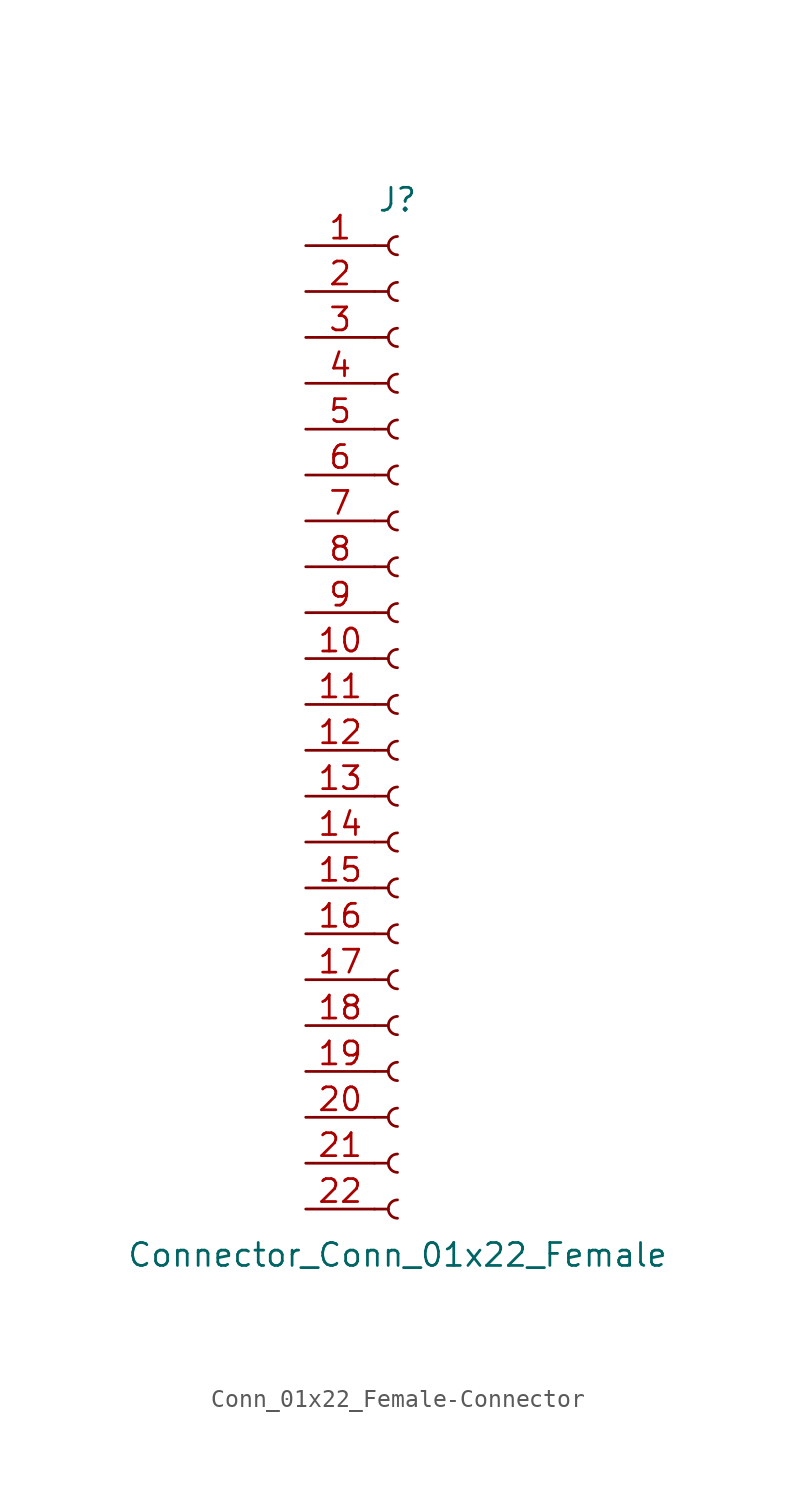
<source format=kicad_sym>
(kicad_symbol_lib
  (version 20231120)
  (generator "kicad_symbol_editor")
  (generator_version "8.0")
  (symbol "Conn_01x22_Female-Connector"
    (pin_names
      (offset 1.016) hide)
    (property "Reference" "J"
      (at 0 27.94 0)
      (effects (font (size 1.27 1.27))))
    (property "Value" "Connector_Conn_01x22_Female"
      (at 0 -30.48 0)
      (effects (font (size 1.27 1.27))))
    (symbol "Conn_01x22_Female-Connector_1_1"
      (arc (start 0 -27.432) (mid -0.5058 -27.94) (end 0 -28.448) (stroke (width 0.1524) (type solid)) (fill (type none)))
      (arc (start 0 -24.892) (mid -0.5058 -25.4) (end 0 -25.908) (stroke (width 0.1524) (type solid)) (fill (type none)))
      (arc (start 0 -22.352) (mid -0.5058 -22.86) (end 0 -23.368) (stroke (width 0.1524) (type solid)) (fill (type none)))
      (arc (start 0 -19.812) (mid -0.5058 -20.32) (end 0 -20.828) (stroke (width 0.1524) (type solid)) (fill (type none)))
      (arc (start 0 -17.272) (mid -0.5058 -17.78) (end 0 -18.288) (stroke (width 0.1524) (type solid)) (fill (type none)))
      (arc (start 0 -14.732) (mid -0.5058 -15.24) (end 0 -15.748) (stroke (width 0.1524) (type solid)) (fill (type none)))
      (arc (start 0 -12.192) (mid -0.5058 -12.7) (end 0 -13.208) (stroke (width 0.1524) (type solid)) (fill (type none)))
      (arc (start 0 -9.652) (mid -0.5058 -10.16) (end 0 -10.668) (stroke (width 0.1524) (type solid)) (fill (type none)))
      (arc (start 0 -7.112) (mid -0.5058 -7.62) (end 0 -8.128) (stroke (width 0.1524) (type solid)) (fill (type none)))
      (arc (start 0 -4.572) (mid -0.5058 -5.08) (end 0 -5.588) (stroke (width 0.1524) (type solid)) (fill (type none)))
      (arc (start 0 -2.032) (mid -0.5058 -2.54) (end 0 -3.048) (stroke (width 0.1524) (type solid)) (fill (type none)))
      (polyline (pts (xy -1.27 -27.94) (xy -0.508 -27.94)) (stroke (width 0.152) (type solid)) (fill (type none)))
      (polyline (pts (xy -1.27 -25.4) (xy -0.508 -25.4)) (stroke (width 0.152) (type solid)) (fill (type none)))
      (polyline (pts (xy -1.27 -22.86) (xy -0.508 -22.86)) (stroke (width 0.152) (type solid)) (fill (type none)))
      (polyline (pts (xy -1.27 -20.32) (xy -0.508 -20.32)) (stroke (width 0.152) (type solid)) (fill (type none)))
      (polyline (pts (xy -1.27 -17.78) (xy -0.508 -17.78)) (stroke (width 0.152) (type solid)) (fill (type none)))
      (polyline (pts (xy -1.27 -15.24) (xy -0.508 -15.24)) (stroke (width 0.152) (type solid)) (fill (type none)))
      (polyline (pts (xy -1.27 -12.7) (xy -0.508 -12.7)) (stroke (width 0.152) (type solid)) (fill (type none)))
      (polyline (pts (xy -1.27 -10.16) (xy -0.508 -10.16)) (stroke (width 0.152) (type solid)) (fill (type none)))
      (polyline (pts (xy -1.27 -7.62) (xy -0.508 -7.62)) (stroke (width 0.152) (type solid)) (fill (type none)))
      (polyline (pts (xy -1.27 -5.08) (xy -0.508 -5.08)) (stroke (width 0.152) (type solid)) (fill (type none)))
      (polyline (pts (xy -1.27 -2.54) (xy -0.508 -2.54)) (stroke (width 0.152) (type solid)) (fill (type none)))
      (polyline (pts (xy -1.27 0) (xy -0.508 0)) (stroke (width 0.152) (type solid)) (fill (type none)))
      (polyline (pts (xy -1.27 2.54) (xy -0.508 2.54)) (stroke (width 0.152) (type solid)) (fill (type none)))
      (polyline (pts (xy -1.27 5.08) (xy -0.508 5.08)) (stroke (width 0.152) (type solid)) (fill (type none)))
      (polyline (pts (xy -1.27 7.62) (xy -0.508 7.62)) (stroke (width 0.152) (type solid)) (fill (type none)))
      (polyline (pts (xy -1.27 10.16) (xy -0.508 10.16)) (stroke (width 0.152) (type solid)) (fill (type none)))
      (polyline (pts (xy -1.27 12.7) (xy -0.508 12.7)) (stroke (width 0.152) (type solid)) (fill (type none)))
      (polyline (pts (xy -1.27 15.24) (xy -0.508 15.24)) (stroke (width 0.152) (type solid)) (fill (type none)))
      (polyline (pts (xy -1.27 17.78) (xy -0.508 17.78)) (stroke (width 0.152) (type solid)) (fill (type none)))
      (polyline (pts (xy -1.27 20.32) (xy -0.508 20.32)) (stroke (width 0.152) (type solid)) (fill (type none)))
      (polyline (pts (xy -1.27 22.86) (xy -0.508 22.86)) (stroke (width 0.152) (type solid)) (fill (type none)))
      (polyline (pts (xy -1.27 25.4) (xy -0.508 25.4)) (stroke (width 0.152) (type solid)) (fill (type none)))
      (arc (start 0 0.508) (mid -0.5058 0) (end 0 -0.508) (stroke (width 0.1524) (type solid)) (fill (type none)))
      (arc (start 0 3.048) (mid -0.5058 2.54) (end 0 2.032) (stroke (width 0.1524) (type solid)) (fill (type none)))
      (arc (start 0 5.588) (mid -0.5058 5.08) (end 0 4.572) (stroke (width 0.1524) (type solid)) (fill (type none)))
      (arc (start 0 8.128) (mid -0.5058 7.62) (end 0 7.112) (stroke (width 0.1524) (type solid)) (fill (type none)))
      (arc (start 0 10.668) (mid -0.5058 10.16) (end 0 9.652) (stroke (width 0.1524) (type solid)) (fill (type none)))
      (arc (start 0 13.208) (mid -0.5058 12.7) (end 0 12.192) (stroke (width 0.1524) (type solid)) (fill (type none)))
      (arc (start 0 15.748) (mid -0.5058 15.24) (end 0 14.732) (stroke (width 0.1524) (type solid)) (fill (type none)))
      (arc (start 0 18.288) (mid -0.5058 17.78) (end 0 17.272) (stroke (width 0.1524) (type solid)) (fill (type none)))
      (arc (start 0 20.828) (mid -0.5058 20.32) (end 0 19.812) (stroke (width 0.1524) (type solid)) (fill (type none)))
      (arc (start 0 23.368) (mid -0.5058 22.86) (end 0 22.352) (stroke (width 0.1524) (type solid)) (fill (type none)))
      (arc (start 0 25.908) (mid -0.5058 25.4) (end 0 24.892) (stroke (width 0.1524) (type solid)) (fill (type none)))
      (pin passive line (at -5.08 25.4 0) (length 3.81) (name "Pin_1" (effects (font (size 1.27 1.27)))) (number "1" (effects (font (size 1.27 1.27)))))
      (pin passive line (at -5.08 2.54 0) (length 3.81) (name "Pin_10" (effects (font (size 1.27 1.27)))) (number "10" (effects (font (size 1.27 1.27)))))
      (pin passive line (at -5.08 0 0) (length 3.81) (name "Pin_11" (effects (font (size 1.27 1.27)))) (number "11" (effects (font (size 1.27 1.27)))))
      (pin passive line (at -5.08 -2.54 0) (length 3.81) (name "Pin_12" (effects (font (size 1.27 1.27)))) (number "12" (effects (font (size 1.27 1.27)))))
      (pin passive line (at -5.08 -5.08 0) (length 3.81) (name "Pin_13" (effects (font (size 1.27 1.27)))) (number "13" (effects (font (size 1.27 1.27)))))
      (pin passive line (at -5.08 -7.62 0) (length 3.81) (name "Pin_14" (effects (font (size 1.27 1.27)))) (number "14" (effects (font (size 1.27 1.27)))))
      (pin passive line (at -5.08 -10.16 0) (length 3.81) (name "Pin_15" (effects (font (size 1.27 1.27)))) (number "15" (effects (font (size 1.27 1.27)))))
      (pin passive line (at -5.08 -12.7 0) (length 3.81) (name "Pin_16" (effects (font (size 1.27 1.27)))) (number "16" (effects (font (size 1.27 1.27)))))
      (pin passive line (at -5.08 -15.24 0) (length 3.81) (name "Pin_17" (effects (font (size 1.27 1.27)))) (number "17" (effects (font (size 1.27 1.27)))))
      (pin passive line (at -5.08 -17.78 0) (length 3.81) (name "Pin_18" (effects (font (size 1.27 1.27)))) (number "18" (effects (font (size 1.27 1.27)))))
      (pin passive line (at -5.08 -20.32 0) (length 3.81) (name "Pin_19" (effects (font (size 1.27 1.27)))) (number "19" (effects (font (size 1.27 1.27)))))
      (pin passive line (at -5.08 22.86 0) (length 3.81) (name "Pin_2" (effects (font (size 1.27 1.27)))) (number "2" (effects (font (size 1.27 1.27)))))
      (pin passive line (at -5.08 -22.86 0) (length 3.81) (name "Pin_20" (effects (font (size 1.27 1.27)))) (number "20" (effects (font (size 1.27 1.27)))))
      (pin passive line (at -5.08 -25.4 0) (length 3.81) (name "Pin_21" (effects (font (size 1.27 1.27)))) (number "21" (effects (font (size 1.27 1.27)))))
      (pin passive line (at -5.08 -27.94 0) (length 3.81) (name "Pin_22" (effects (font (size 1.27 1.27)))) (number "22" (effects (font (size 1.27 1.27)))))
      (pin passive line (at -5.08 20.32 0) (length 3.81) (name "Pin_3" (effects (font (size 1.27 1.27)))) (number "3" (effects (font (size 1.27 1.27)))))
      (pin passive line (at -5.08 17.78 0) (length 3.81) (name "Pin_4" (effects (font (size 1.27 1.27)))) (number "4" (effects (font (size 1.27 1.27)))))
      (pin passive line (at -5.08 15.24 0) (length 3.81) (name "Pin_5" (effects (font (size 1.27 1.27)))) (number "5" (effects (font (size 1.27 1.27)))))
      (pin passive line (at -5.08 12.7 0) (length 3.81) (name "Pin_6" (effects (font (size 1.27 1.27)))) (number "6" (effects (font (size 1.27 1.27)))))
      (pin passive line (at -5.08 10.16 0) (length 3.81) (name "Pin_7" (effects (font (size 1.27 1.27)))) (number "7" (effects (font (size 1.27 1.27)))))
      (pin passive line (at -5.08 7.62 0) (length 3.81) (name "Pin_8" (effects (font (size 1.27 1.27)))) (number "8" (effects (font (size 1.27 1.27)))))
      (pin passive line (at -5.08 5.08 0) (length 3.81) (name "Pin_9" (effects (font (size 1.27 1.27)))) (number "9" (effects (font (size 1.27 1.27))))))))
</source>
